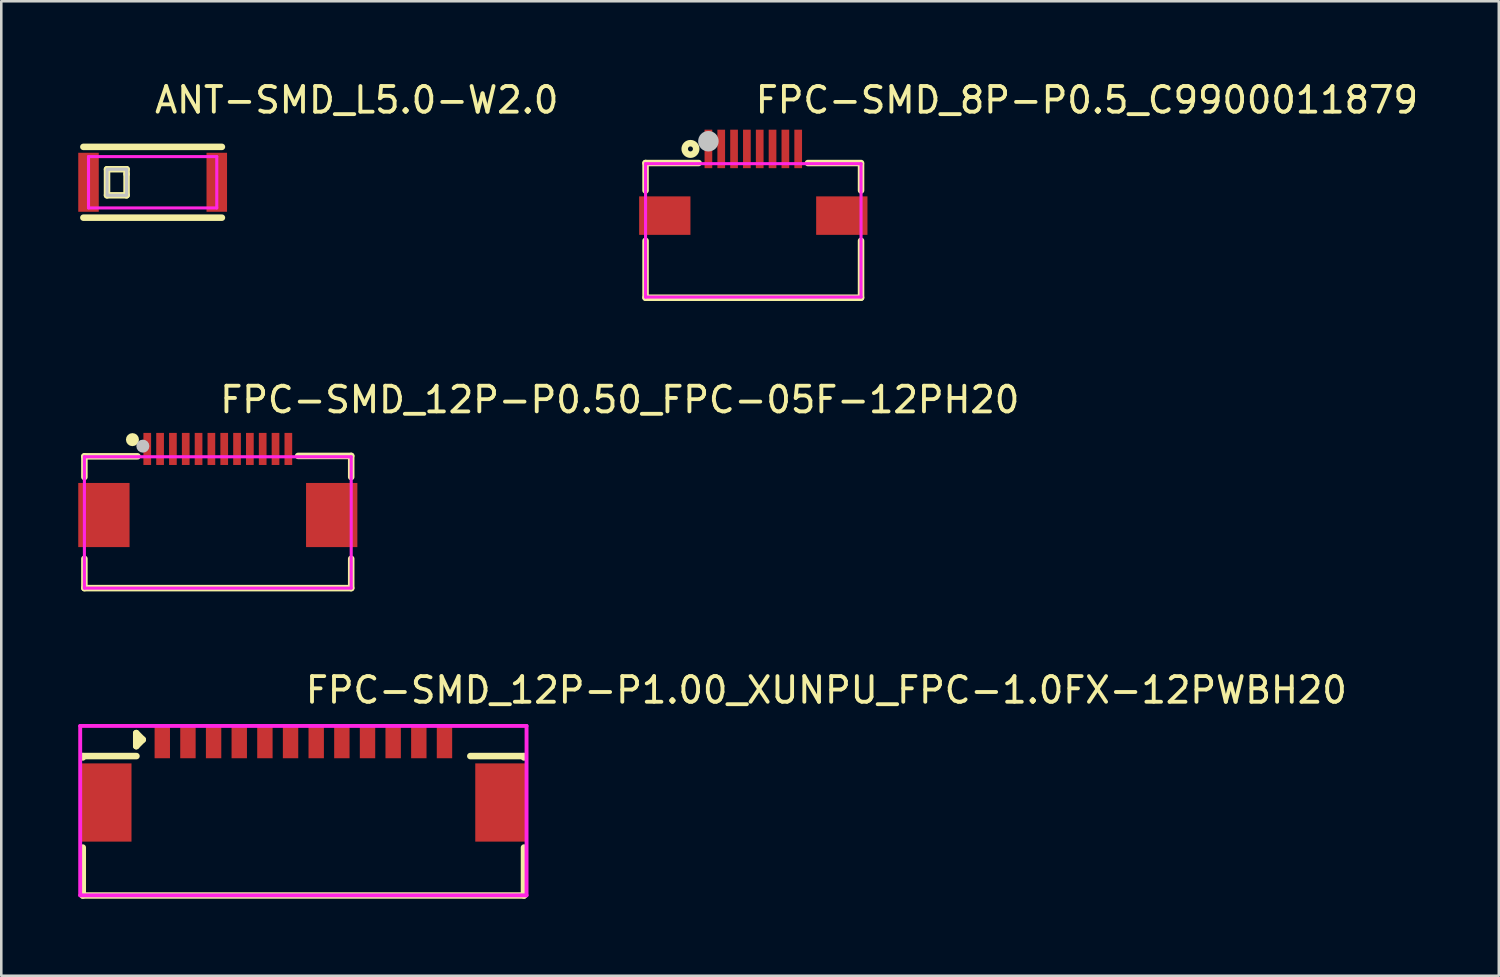
<source format=kicad_pcb>
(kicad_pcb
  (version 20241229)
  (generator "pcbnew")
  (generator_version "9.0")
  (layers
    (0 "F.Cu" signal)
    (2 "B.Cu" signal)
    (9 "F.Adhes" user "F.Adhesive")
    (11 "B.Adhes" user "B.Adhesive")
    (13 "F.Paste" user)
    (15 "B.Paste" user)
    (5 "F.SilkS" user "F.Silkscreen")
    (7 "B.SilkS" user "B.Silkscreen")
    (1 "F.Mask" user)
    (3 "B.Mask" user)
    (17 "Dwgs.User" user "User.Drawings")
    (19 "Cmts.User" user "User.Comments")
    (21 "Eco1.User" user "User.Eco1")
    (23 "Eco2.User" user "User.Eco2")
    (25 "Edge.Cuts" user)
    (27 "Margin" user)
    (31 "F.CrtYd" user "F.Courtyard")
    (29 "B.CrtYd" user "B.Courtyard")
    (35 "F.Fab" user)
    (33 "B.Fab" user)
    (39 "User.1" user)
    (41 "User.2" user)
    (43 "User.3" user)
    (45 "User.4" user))
  (footprint "FPC-SMD_8P-P0.5_C9900011879"
    (layer "F.Cu")
    (at 26.314 4.055)
    (property "Reference" "FPC-SMD_8P-P0.5_C9900011879" (at 0 -3.207 0) (layer "F.SilkS") (effects (font (size 1 1) (thickness 0.15)) (justify left)))
    (attr through_hole)
    (fp_line (start -4.2 -0.75) (end -2.131 -0.75) (stroke (width 0.254) (type solid)) (layer "F.SilkS"))
    (fp_line (start -4.2 0.319) (end -4.2 -0.75) (stroke (width 0.254) (type solid)) (layer "F.SilkS"))
    (fp_line (start -4.2 4.5) (end -4.2 2.281) (stroke (width 0.254) (type solid)) (layer "F.SilkS"))
    (fp_line (start 2.131 -0.75) (end 4.2 -0.75) (stroke (width 0.254) (type solid)) (layer "F.SilkS"))
    (fp_line (start 4.2 -0.7) (end 4.2 0.319) (stroke (width 0.254) (type solid)) (layer "F.SilkS"))
    (fp_line (start 4.2 2.281) (end 4.2 4.5) (stroke (width 0.254) (type solid)) (layer "F.SilkS"))
    (fp_line (start 4.2 4.5) (end -4.2 4.5) (stroke (width 0.254) (type solid)) (layer "F.SilkS"))
    (fp_circle (center -2.45 -1.3) (end -2.226 -1.3) (stroke (width 0.254) (type solid)) (fill no) (layer "F.SilkS"))
    (fp_circle (center -1.75 -1.6) (end -1.55 -1.6) (stroke (width 0.4) (type solid)) (fill no) (layer "Dwgs.User"))
    (fp_circle (center -4.2 -1.525) (end -4.17 -1.525) (stroke (width 0.06) (type solid)) (fill no) (layer "Eco2.User"))
    (fp_poly (pts (xy -4.2 0.725) (xy -2.8 0.725) (xy -2.8 1.825) (xy -4.2 1.825)) (stroke (width 0.12) (type solid)) (fill no) (layer "Eco2.User"))
    (fp_poly (pts (xy -1.85 -1.525) (xy -1.65 -1.525) (xy -1.65 -0.675) (xy -1.85 -0.675)) (stroke (width 0.12) (type solid)) (fill no) (layer "Eco2.User"))
    (fp_poly (pts (xy -1.35 -1.525) (xy -1.15 -1.525) (xy -1.15 -0.675) (xy -1.35 -0.675)) (stroke (width 0.12) (type solid)) (fill no) (layer "Eco2.User"))
    (fp_poly (pts (xy -0.85 -1.525) (xy -0.65 -1.525) (xy -0.65 -0.675) (xy -0.85 -0.675)) (stroke (width 0.12) (type solid)) (fill no) (layer "Eco2.User"))
    (fp_poly (pts (xy -0.35 -1.525) (xy -0.15 -1.525) (xy -0.15 -0.675) (xy -0.35 -0.675)) (stroke (width 0.12) (type solid)) (fill no) (layer "Eco2.User"))
    (fp_poly (pts (xy 0.15 -1.525) (xy 0.35 -1.525) (xy 0.35 -0.675) (xy 0.15 -0.675)) (stroke (width 0.12) (type solid)) (fill no) (layer "Eco2.User"))
    (fp_poly (pts (xy 0.65 -1.525) (xy 0.85 -1.525) (xy 0.85 -0.675) (xy 0.65 -0.675)) (stroke (width 0.12) (type solid)) (fill no) (layer "Eco2.User"))
    (fp_poly (pts (xy 1.15 -1.525) (xy 1.35 -1.525) (xy 1.35 -0.675) (xy 1.15 -0.675)) (stroke (width 0.12) (type solid)) (fill no) (layer "Eco2.User"))
    (fp_poly (pts (xy 1.65 -1.525) (xy 1.85 -1.525) (xy 1.85 -0.675) (xy 1.65 -0.675)) (stroke (width 0.12) (type solid)) (fill no) (layer "Eco2.User"))
    (fp_poly (pts (xy 2.8 0.725) (xy 4.2 0.725) (xy 4.2 1.825) (xy 2.8 1.825)) (stroke (width 0.12) (type solid)) (fill no) (layer "Eco2.User"))
    (fp_line (start -4.2 -0.725) (end 4.2 -0.725) (stroke (width 0.12) (type solid)) (layer "F.CrtYd"))
    (fp_line (start -4.2 4.475) (end -4.2 -0.725) (stroke (width 0.12) (type solid)) (layer "F.CrtYd"))
    (fp_line (start 4.2 -0.725) (end 4.2 4.475) (stroke (width 0.12) (type solid)) (layer "F.CrtYd"))
    (fp_line (start 4.2 4.475) (end -4.2 4.475) (stroke (width 0.12) (type solid)) (layer "F.CrtYd"))
    (pad "1" smd rect (at -1.75 -1.3) (size 0.3 1.5) (layers "F.Cu" "F.Mask" "F.Paste"))
    (pad "2" smd rect (at -1.25 -1.3) (size 0.3 1.5) (layers "F.Cu" "F.Mask" "F.Paste"))
    (pad "3" smd rect (at -0.75 -1.3) (size 0.3 1.5) (layers "F.Cu" "F.Mask" "F.Paste"))
    (pad "4" smd rect (at -0.25 -1.3) (size 0.3 1.5) (layers "F.Cu" "F.Mask" "F.Paste"))
    (pad "5" smd rect (at 0.25 -1.3) (size 0.3 1.5) (layers "F.Cu" "F.Mask" "F.Paste"))
    (pad "6" smd rect (at 0.75 -1.3) (size 0.3 1.5) (layers "F.Cu" "F.Mask" "F.Paste"))
    (pad "7" smd rect (at 1.25 -1.3) (size 0.3 1.5) (layers "F.Cu" "F.Mask" "F.Paste"))
    (pad "8" smd rect (at 1.75 -1.3) (size 0.3 1.5) (layers "F.Cu" "F.Mask" "F.Paste"))
    (pad "9" smd rect (at 3.45 1.3) (size 2 1.5) (layers "F.Cu" "F.Mask" "F.Paste"))
    (pad "10" smd rect (at -3.45 1.3) (size 2 1.5) (layers "F.Cu" "F.Mask" "F.Paste")))
  (footprint "FPC-SMD_12P-P1.00_XUNPU_FPC-1.0FX-12PWBH20"
    (layer "F.Cu")
    (at 8.776 27.057)
    (property "Reference" "FPC-SMD_12P-P1.00_XUNPU_FPC-1.0FX-12PWBH20" (at 0 -3.207 0) (layer "F.SilkS") (effects (font (size 1 1) (thickness 0.15)) (justify left)))
    (attr through_hole)
    (fp_line (start -8.6 -0.635) (end -8.6 -0.581) (stroke (width 0.254) (type solid)) (layer "F.SilkS"))
    (fp_line (start -8.6 -0.635) (end -6.507 -0.635) (stroke (width 0.254) (type solid)) (layer "F.SilkS"))
    (fp_line (start -8.6 2.931) (end -8.6 4.8) (stroke (width 0.254) (type solid)) (layer "F.SilkS"))
    (fp_line (start -6.515 -1.53) (end -6.261 -1.276) (stroke (width 0.254) (type solid)) (layer "F.SilkS"))
    (fp_line (start -6.515 -1.022) (end -6.515 -1.53) (stroke (width 0.254) (type solid)) (layer "F.SilkS"))
    (fp_line (start -6.261 -1.276) (end -6.515 -1.022) (stroke (width 0.254) (type solid)) (layer "F.SilkS"))
    (fp_line (start 8.6 -0.635) (end 6.507 -0.635) (stroke (width 0.254) (type solid)) (layer "F.SilkS"))
    (fp_line (start 8.6 -0.635) (end 8.6 -0.581) (stroke (width 0.254) (type solid)) (layer "F.SilkS"))
    (fp_line (start 8.6 2.931) (end 8.6 4.8) (stroke (width 0.254) (type solid)) (layer "F.SilkS"))
    (fp_line (start 8.6 4.8) (end -8.6 4.8) (stroke (width 0.254) (type solid)) (layer "F.SilkS"))
    (fp_line (start -8.7 -1.81) (end 8.699 -1.81) (stroke (width 0.152) (type solid)) (layer "F.CrtYd"))
    (fp_line (start -8.7 4.794) (end -8.7 -1.81) (stroke (width 0.152) (type solid)) (layer "F.CrtYd"))
    (fp_line (start 8.699 -1.81) (end 8.699 4.794) (stroke (width 0.152) (type solid)) (layer "F.CrtYd"))
    (fp_line (start 8.699 4.794) (end -8.7 4.794) (stroke (width 0.152) (type solid)) (layer "F.CrtYd"))
    (pad "1" smd rect (at -5.5 -1.175) (size 0.6 1.25) (layers "F.Cu" "F.Mask" "F.Paste"))
    (pad "2" smd rect (at -4.5 -1.175) (size 0.6 1.25) (layers "F.Cu" "F.Mask" "F.Paste"))
    (pad "3" smd rect (at -3.5 -1.175) (size 0.6 1.25) (layers "F.Cu" "F.Mask" "F.Paste"))
    (pad "4" smd rect (at -2.5 -1.175) (size 0.6 1.25) (layers "F.Cu" "F.Mask" "F.Paste"))
    (pad "5" smd rect (at -1.5 -1.175) (size 0.6 1.25) (layers "F.Cu" "F.Mask" "F.Paste"))
    (pad "6" smd rect (at -0.5 -1.175) (size 0.6 1.25) (layers "F.Cu" "F.Mask" "F.Paste"))
    (pad "7" smd rect (at 0.5 -1.175) (size 0.6 1.25) (layers "F.Cu" "F.Mask" "F.Paste"))
    (pad "8" smd rect (at 1.5 -1.175) (size 0.6 1.25) (layers "F.Cu" "F.Mask" "F.Paste"))
    (pad "9" smd rect (at 2.5 -1.175) (size 0.6 1.25) (layers "F.Cu" "F.Mask" "F.Paste"))
    (pad "10" smd rect (at 3.5 -1.175) (size 0.6 1.25) (layers "F.Cu" "F.Mask" "F.Paste"))
    (pad "11" smd rect (at 4.5 -1.175) (size 0.6 1.25) (layers "F.Cu" "F.Mask" "F.Paste"))
    (pad "12" smd rect (at 5.5 -1.175) (size 0.6 1.25) (layers "F.Cu" "F.Mask" "F.Paste"))
    (pad "13" smd rect (at 7.7 1.175) (size 2 3.05) (layers "F.Cu" "F.Mask" "F.Paste"))
    (pad "14" smd rect (at -7.7 1.175) (size 2 3.05) (layers "F.Cu" "F.Mask" "F.Paste")))
  (footprint "ANT-SMD_L5.0-W2.0"
    (layer "F.Cu")
    (at 2.9 4.055)
    (property "Reference" "ANT-SMD_L5.0-W2.0" (at 0 -3.207 0) (layer "F.SilkS") (effects (font (size 1 1) (thickness 0.15)) (justify left)))
    (attr through_hole)
    (fp_line (start -2.7 -1.38) (end 2.7 -1.38) (stroke (width 0.254) (type solid)) (layer "F.SilkS"))
    (fp_line (start -2.7 1.38) (end 2.7 1.38) (stroke (width 0.254) (type solid)) (layer "F.SilkS"))
    (fp_line (start -1.778 -0.508) (end -1.778 0.508) (stroke (width 0.254) (type solid)) (layer "F.SilkS"))
    (fp_line (start -1.778 0.508) (end -1.016 0.508) (stroke (width 0.254) (type solid)) (layer "F.SilkS"))
    (fp_line (start -1.016 -0.508) (end -1.778 -0.508) (stroke (width 0.254) (type solid)) (layer "F.SilkS"))
    (fp_line (start -1.016 -0.32) (end -1.016 -0.508) (stroke (width 0.254) (type solid)) (layer "F.SilkS"))
    (fp_line (start -1.016 0.508) (end -1.016 -0.32) (stroke (width 0.254) (type solid)) (layer "F.SilkS"))
    (fp_poly (pts (xy -1.778 -0.508) (xy -1.778 0.508) (xy -1.016 0.508) (xy -1.016 -0.508)) (stroke (width 0.12) (type solid)) (fill no) (layer "Dwgs.User"))
    (fp_circle (center -2.5 1) (end -2.47 1) (stroke (width 0.06) (type solid)) (fill no) (layer "Eco2.User"))
    (fp_poly (pts (xy -2.5 -1) (xy -2 -1) (xy -2 1) (xy -2.5 1)) (stroke (width 0.12) (type solid)) (fill no) (layer "Eco2.User"))
    (fp_poly (pts (xy 2 -1) (xy 2.5 -1) (xy 2.5 1) (xy 2 1)) (stroke (width 0.12) (type solid)) (fill no) (layer "Eco2.User"))
    (fp_line (start -2.5 -1) (end 2.5 -1) (stroke (width 0.12) (type solid)) (layer "F.CrtYd"))
    (fp_line (start -2.5 1) (end -2.5 -1) (stroke (width 0.12) (type solid)) (layer "F.CrtYd"))
    (fp_line (start 2.5 -1) (end 2.5 1) (stroke (width 0.12) (type solid)) (layer "F.CrtYd"))
    (fp_line (start 2.5 1) (end -2.5 1) (stroke (width 0.12) (type solid)) (layer "F.CrtYd"))
    (pad "1" smd rect (at -2.5 0) (size 0.8 2.3) (layers "F.Cu" "F.Mask" "F.Paste"))
    (pad "2" smd rect (at 2.5 0) (size 0.8 2.3) (layers "F.Cu" "F.Mask" "F.Paste")))
  (footprint "FPC-SMD_12P-P0.50_FPC-05F-12PH20"
    (layer "F.Cu")
    (at 5.44 15.738)
    (property "Reference" "FPC-SMD_12P-P0.50_FPC-05F-12PH20" (at 0 -3.207 0) (layer "F.SilkS") (effects (font (size 1 1) (thickness 0.15)) (justify left)))
    (attr through_hole)
    (fp_line (start -5.2 -1) (end -3.131 -1) (stroke (width 0.254) (type solid)) (layer "F.SilkS"))
    (fp_line (start -5.2 -0.194) (end -5.2 -1) (stroke (width 0.254) (type solid)) (layer "F.SilkS"))
    (fp_line (start -5.2 4.137) (end -5.2 2.993) (stroke (width 0.254) (type solid)) (layer "F.SilkS"))
    (fp_line (start -5.2 4.137) (end 5.2 4.137) (stroke (width 0.254) (type solid)) (layer "F.SilkS"))
    (fp_line (start 5.2 -1.016) (end 3.131 -1.016) (stroke (width 0.254) (type solid)) (layer "F.SilkS"))
    (fp_line (start 5.2 -0.194) (end 5.2 -1.016) (stroke (width 0.254) (type solid)) (layer "F.SilkS"))
    (fp_line (start 5.2 4.137) (end 5.2 2.993) (stroke (width 0.254) (type solid)) (layer "F.SilkS"))
    (fp_circle (center -3.327 -1.651) (end -3.2 -1.651) (stroke (width 0.254) (type solid)) (fill no) (layer "F.SilkS"))
    (fp_circle (center -2.921 -1.397) (end -2.794 -1.397) (stroke (width 0.254) (type solid)) (fill no) (layer "Dwgs.User"))
    (fp_circle (center -5.2 -1.683) (end -5.17 -1.683) (stroke (width 0.06) (type solid)) (fill no) (layer "Eco2.User"))
    (fp_poly (pts (xy -4.94 0.538) (xy -3.94 0.538) (xy -3.94 2.038) (xy -4.94 2.038)) (stroke (width 0.12) (type solid)) (fill no) (layer "Eco2.User"))
    (fp_poly (pts (xy -2.85 -1.683) (xy -2.65 -1.683) (xy -2.65 -0.883) (xy -2.85 -0.883)) (stroke (width 0.12) (type solid)) (fill no) (layer "Eco2.User"))
    (fp_poly (pts (xy -2.35 -1.683) (xy -2.15 -1.683) (xy -2.15 -0.883) (xy -2.35 -0.883)) (stroke (width 0.12) (type solid)) (fill no) (layer "Eco2.User"))
    (fp_poly (pts (xy -1.85 -1.683) (xy -1.65 -1.683) (xy -1.65 -0.883) (xy -1.85 -0.883)) (stroke (width 0.12) (type solid)) (fill no) (layer "Eco2.User"))
    (fp_poly (pts (xy -1.35 -1.683) (xy -1.15 -1.683) (xy -1.15 -0.883) (xy -1.35 -0.883)) (stroke (width 0.12) (type solid)) (fill no) (layer "Eco2.User"))
    (fp_poly (pts (xy -0.85 -1.683) (xy -0.65 -1.683) (xy -0.65 -0.883) (xy -0.85 -0.883)) (stroke (width 0.12) (type solid)) (fill no) (layer "Eco2.User"))
    (fp_poly (pts (xy -0.35 -1.683) (xy -0.15 -1.683) (xy -0.15 -0.883) (xy -0.35 -0.883)) (stroke (width 0.12) (type solid)) (fill no) (layer "Eco2.User"))
    (fp_poly (pts (xy 0.15 -1.683) (xy 0.35 -1.683) (xy 0.35 -0.883) (xy 0.15 -0.883)) (stroke (width 0.12) (type solid)) (fill no) (layer "Eco2.User"))
    (fp_poly (pts (xy 0.65 -1.683) (xy 0.85 -1.683) (xy 0.85 -0.883) (xy 0.65 -0.883)) (stroke (width 0.12) (type solid)) (fill no) (layer "Eco2.User"))
    (fp_poly (pts (xy 1.15 -1.683) (xy 1.35 -1.683) (xy 1.35 -0.883) (xy 1.15 -0.883)) (stroke (width 0.12) (type solid)) (fill no) (layer "Eco2.User"))
    (fp_poly (pts (xy 1.65 -1.683) (xy 1.85 -1.683) (xy 1.85 -0.883) (xy 1.65 -0.883)) (stroke (width 0.12) (type solid)) (fill no) (layer "Eco2.User"))
    (fp_poly (pts (xy 2.15 -1.683) (xy 2.35 -1.683) (xy 2.35 -0.883) (xy 2.15 -0.883)) (stroke (width 0.12) (type solid)) (fill no) (layer "Eco2.User"))
    (fp_poly (pts (xy 2.65 -1.683) (xy 2.85 -1.683) (xy 2.85 -0.883) (xy 2.65 -0.883)) (stroke (width 0.12) (type solid)) (fill no) (layer "Eco2.User"))
    (fp_poly (pts (xy 3.94 0.538) (xy 4.94 0.538) (xy 4.94 2.038) (xy 3.94 2.038)) (stroke (width 0.12) (type solid)) (fill no) (layer "Eco2.User"))
    (fp_line (start -5.2 -0.983) (end 5.2 -0.983) (stroke (width 0.12) (type solid)) (layer "F.CrtYd"))
    (fp_line (start -5.2 4.137) (end -5.2 -0.983) (stroke (width 0.12) (type solid)) (layer "F.CrtYd"))
    (fp_line (start 5.2 -0.983) (end 5.2 4.137) (stroke (width 0.12) (type solid)) (layer "F.CrtYd"))
    (fp_line (start 5.2 4.137) (end -5.2 4.137) (stroke (width 0.12) (type solid)) (layer "F.CrtYd"))
    (pad "1" smd rect (at -2.75 -1.288) (size 0.3 1.25) (layers "F.Cu" "F.Mask" "F.Paste"))
    (pad "2" smd rect (at -2.25 -1.288) (size 0.3 1.25) (layers "F.Cu" "F.Mask" "F.Paste"))
    (pad "3" smd rect (at -1.75 -1.288) (size 0.3 1.25) (layers "F.Cu" "F.Mask" "F.Paste"))
    (pad "4" smd rect (at -1.25 -1.288) (size 0.3 1.25) (layers "F.Cu" "F.Mask" "F.Paste"))
    (pad "5" smd rect (at -0.75 -1.288) (size 0.3 1.25) (layers "F.Cu" "F.Mask" "F.Paste"))
    (pad "6" smd rect (at -0.25 -1.288) (size 0.3 1.25) (layers "F.Cu" "F.Mask" "F.Paste"))
    (pad "7" smd rect (at 0.25 -1.288) (size 0.3 1.25) (layers "F.Cu" "F.Mask" "F.Paste"))
    (pad "8" smd rect (at 0.75 -1.288) (size 0.3 1.25) (layers "F.Cu" "F.Mask" "F.Paste"))
    (pad "9" smd rect (at 1.25 -1.288) (size 0.3 1.25) (layers "F.Cu" "F.Mask" "F.Paste"))
    (pad "10" smd rect (at 1.75 -1.288) (size 0.3 1.25) (layers "F.Cu" "F.Mask" "F.Paste"))
    (pad "11" smd rect (at 2.25 -1.288) (size 0.3 1.25) (layers "F.Cu" "F.Mask" "F.Paste"))
    (pad "12" smd rect (at 2.75 -1.288) (size 0.3 1.25) (layers "F.Cu" "F.Mask" "F.Paste"))
    (pad "13" smd rect (at 4.44 1.288) (size 2 2.5) (layers "F.Cu" "F.Mask" "F.Paste"))
    (pad "14" smd rect (at -4.44 1.288) (size 2 2.5) (layers "F.Cu" "F.Mask" "F.Paste")))
  (gr_rect
    (start -3 -3)
    (end 55.374 34.984)
    (stroke (width 0.1) (type default))
    (fill no)
    (layer "Edge.Cuts")))
</source>
